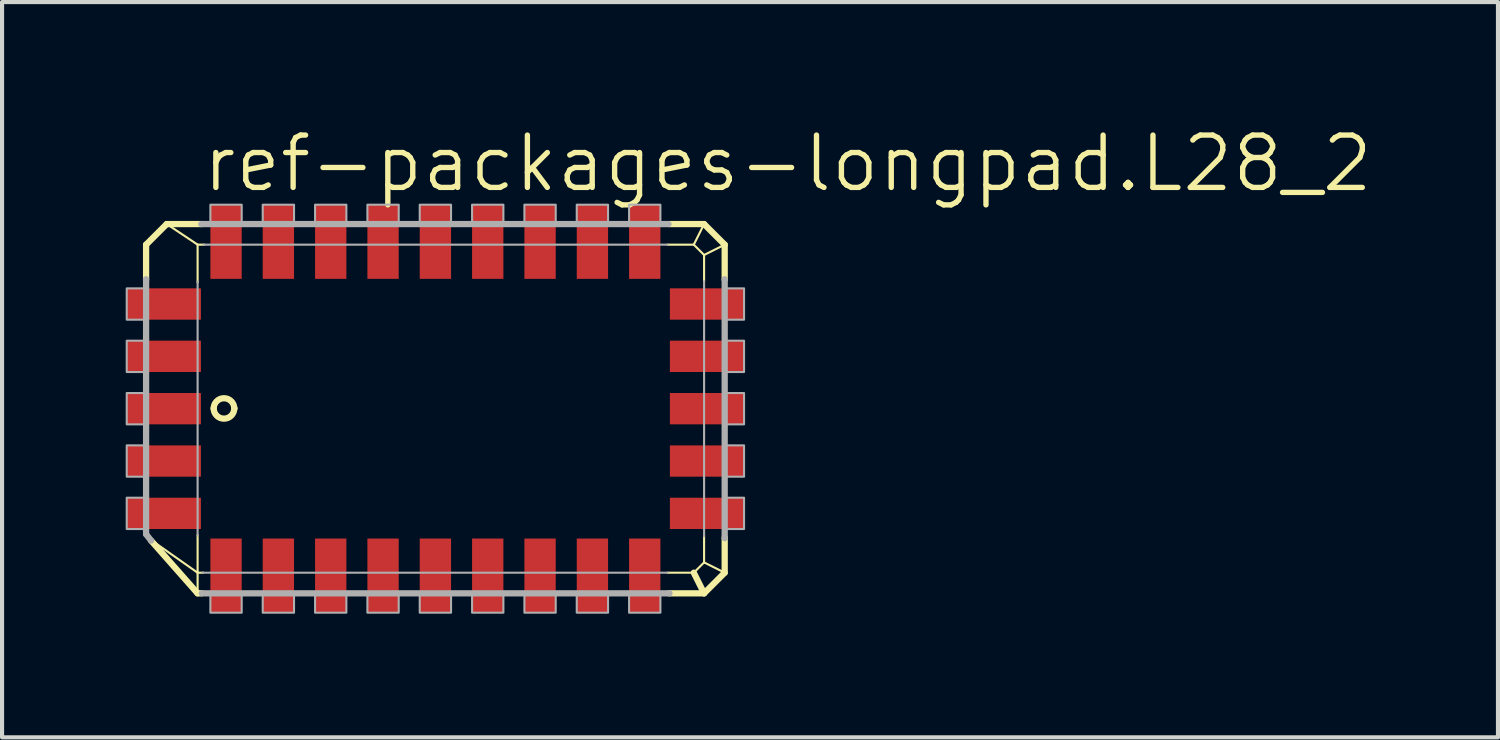
<source format=kicad_pcb>
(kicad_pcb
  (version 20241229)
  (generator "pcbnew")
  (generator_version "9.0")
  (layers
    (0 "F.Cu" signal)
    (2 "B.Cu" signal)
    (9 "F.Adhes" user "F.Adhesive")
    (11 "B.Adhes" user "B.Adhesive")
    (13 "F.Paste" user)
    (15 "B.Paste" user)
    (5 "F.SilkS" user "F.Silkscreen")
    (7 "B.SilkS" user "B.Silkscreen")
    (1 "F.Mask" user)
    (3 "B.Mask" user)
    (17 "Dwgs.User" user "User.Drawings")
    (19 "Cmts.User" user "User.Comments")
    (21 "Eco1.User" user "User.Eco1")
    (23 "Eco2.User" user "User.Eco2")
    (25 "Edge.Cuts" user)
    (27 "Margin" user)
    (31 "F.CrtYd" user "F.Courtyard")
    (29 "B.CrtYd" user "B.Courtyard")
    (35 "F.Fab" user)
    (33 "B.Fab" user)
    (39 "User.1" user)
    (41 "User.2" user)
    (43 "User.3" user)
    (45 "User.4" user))
  (footprint "ref-packages-longpad.L28_2"
    (layer "F.Cu")
    (at 7.515 6.867)
    (property "Reference" "ref-packages-longpad.L28_2" (at -5.715 -5.207 0) (layer "F.SilkS") (effects (font (size 1.27 1.27) (thickness 0.13)) (justify left bottom)))
    (attr smd)
    (fp_line (start -7.02 -3.98) (end -6.52 -4.48) (stroke (width 0.152) (type default)) (layer "F.SilkS"))
    (fp_line (start -7.02 -3.13) (end -7.02 -3.98) (stroke (width 0.152) (type default)) (layer "F.SilkS"))
    (fp_line (start -6.52 -4.48) (end -5.77 -3.98) (stroke (width 0.051) (type default)) (layer "F.SilkS"))
    (fp_line (start -6.52 -4.48) (end -5.67 -4.48) (stroke (width 0.152) (type default)) (layer "F.SilkS"))
    (fp_line (start -5.77 -3.98) (end -5.605 -3.98) (stroke (width 0.051) (type default)) (layer "F.SilkS"))
    (fp_line (start -5.77 -3.065) (end -5.77 -3.98) (stroke (width 0.051) (type default)) (layer "F.SilkS"))
    (fp_line (start -5.77 3.98) (end -6.915 3.176) (stroke (width 0.051) (type default)) (layer "F.SilkS"))
    (fp_line (start -5.77 3.98) (end -5.77 3.065) (stroke (width 0.051) (type default)) (layer "F.SilkS"))
    (fp_line (start -5.77 4.48) (end -6.9 3.2) (stroke (width 0.152) (type default)) (layer "F.SilkS"))
    (fp_line (start -5.77 4.48) (end -5.77 3.98) (stroke (width 0.051) (type default)) (layer "F.SilkS"))
    (fp_line (start -5.67 4.48) (end -5.77 4.48) (stroke (width 0.152) (type default)) (layer "F.SilkS"))
    (fp_line (start -5.63 3.98) (end -5.77 3.98) (stroke (width 0.051) (type default)) (layer "F.SilkS"))
    (fp_line (start 5.63 -3.98) (end 6.27 -3.98) (stroke (width 0.051) (type default)) (layer "F.SilkS"))
    (fp_line (start 5.67 -4.48) (end 6.52 -4.48) (stroke (width 0.152) (type default)) (layer "F.SilkS"))
    (fp_line (start 6.27 -3.98) (end 6.52 -4.48) (stroke (width 0.051) (type default)) (layer "F.SilkS"))
    (fp_line (start 6.27 -3.98) (end 6.52 -3.73) (stroke (width 0.051) (type default)) (layer "F.SilkS"))
    (fp_line (start 6.27 3.98) (end 5.63 3.98) (stroke (width 0.051) (type default)) (layer "F.SilkS"))
    (fp_line (start 6.52 -4.48) (end 7.02 -3.98) (stroke (width 0.152) (type default)) (layer "F.SilkS"))
    (fp_line (start 6.52 -3.73) (end 6.52 -3.09) (stroke (width 0.051) (type default)) (layer "F.SilkS"))
    (fp_line (start 6.52 -3.73) (end 7.02 -3.98) (stroke (width 0.051) (type default)) (layer "F.SilkS"))
    (fp_line (start 6.52 3.09) (end 6.52 3.73) (stroke (width 0.051) (type default)) (layer "F.SilkS"))
    (fp_line (start 6.52 3.73) (end 6.27 3.98) (stroke (width 0.051) (type default)) (layer "F.SilkS"))
    (fp_line (start 6.52 4.48) (end 5.67 4.48) (stroke (width 0.152) (type default)) (layer "F.SilkS"))
    (fp_line (start 6.52 4.48) (end 6.27 3.98) (stroke (width 0.152) (type default)) (layer "F.SilkS"))
    (fp_line (start 7.02 -3.98) (end 7.02 -3.13) (stroke (width 0.152) (type default)) (layer "F.SilkS"))
    (fp_line (start 7.02 3.13) (end 7.02 3.98) (stroke (width 0.152) (type default)) (layer "F.SilkS"))
    (fp_line (start 7.02 3.98) (end 6.52 3.73) (stroke (width 0.051) (type default)) (layer "F.SilkS"))
    (fp_line (start 7.02 3.98) (end 6.52 4.48) (stroke (width 0.152) (type default)) (layer "F.SilkS"))
    (fp_arc (start -5.38 -0.001) (mid -5.132964 -0.251018) (end -4.88 -0.007) (stroke (width 0.1524) (type default)) (layer "F.SilkS"))
    (fp_arc (start -4.88 -0.007) (mid -5.131 0.242) (end -5.38 -0.009) (stroke (width 0.1524) (type default)) (layer "F.SilkS"))
    (fp_arc (start -4.88 -0.007) (mid -4.879982 -0.004) (end -4.88 -0.001) (stroke (width 0.1524) (type default)) (layer "F.SilkS"))
    (fp_line (start -7.02 3.047) (end -7.02 -3.141) (stroke (width 0.152) (type default)) (layer "F.Fab"))
    (fp_line (start -6.9 3.2) (end -7.02 3.045) (stroke (width 0.152) (type default)) (layer "F.Fab"))
    (fp_line (start -5.77 3.078) (end -5.77 -3.085) (stroke (width 0.051) (type default)) (layer "F.Fab"))
    (fp_line (start -5.681 -4.48) (end 5.656 -4.48) (stroke (width 0.152) (type default)) (layer "F.Fab"))
    (fp_line (start -5.624 -3.98) (end 5.635 -3.98) (stroke (width 0.051) (type default)) (layer "F.Fab"))
    (fp_line (start 5.635 3.98) (end -5.656 3.98) (stroke (width 0.051) (type default)) (layer "F.Fab"))
    (fp_line (start 5.681 4.48) (end -5.668 4.48) (stroke (width 0.152) (type default)) (layer "F.Fab"))
    (fp_line (start 6.52 -3.095) (end 6.52 3.095) (stroke (width 0.051) (type default)) (layer "F.Fab"))
    (fp_line (start 7.02 -3.141) (end 7.02 3.141) (stroke (width 0.152) (type default)) (layer "F.Fab"))
    (fp_rect (start -7.49 -2.16) (end -7.02 -2.92) (stroke (width 0.05) (type default)) (fill no) (layer "F.Fab"))
    (fp_rect (start -7.49 -0.89) (end -7.02 -1.65) (stroke (width 0.05) (type default)) (fill no) (layer "F.Fab"))
    (fp_rect (start -7.49 0.38) (end -7.02 -0.38) (stroke (width 0.05) (type default)) (fill no) (layer "F.Fab"))
    (fp_rect (start -7.49 1.65) (end -7.02 0.89) (stroke (width 0.05) (type default)) (fill no) (layer "F.Fab"))
    (fp_rect (start -7.49 2.92) (end -7.02 2.16) (stroke (width 0.05) (type default)) (fill no) (layer "F.Fab"))
    (fp_rect (start -5.46 -4.48) (end -4.7 -4.95) (stroke (width 0.05) (type default)) (fill no) (layer "F.Fab"))
    (fp_rect (start -5.46 4.95) (end -4.7 4.48) (stroke (width 0.05) (type default)) (fill no) (layer "F.Fab"))
    (fp_rect (start -4.19 -4.48) (end -3.43 -4.95) (stroke (width 0.05) (type default)) (fill no) (layer "F.Fab"))
    (fp_rect (start -4.19 4.95) (end -3.43 4.48) (stroke (width 0.05) (type default)) (fill no) (layer "F.Fab"))
    (fp_rect (start -2.92 -4.48) (end -2.16 -4.95) (stroke (width 0.05) (type default)) (fill no) (layer "F.Fab"))
    (fp_rect (start -2.92 4.95) (end -2.16 4.48) (stroke (width 0.05) (type default)) (fill no) (layer "F.Fab"))
    (fp_rect (start -1.65 -4.48) (end -0.89 -4.95) (stroke (width 0.05) (type default)) (fill no) (layer "F.Fab"))
    (fp_rect (start -1.65 4.95) (end -0.89 4.48) (stroke (width 0.05) (type default)) (fill no) (layer "F.Fab"))
    (fp_rect (start -0.38 -4.48) (end 0.38 -4.95) (stroke (width 0.05) (type default)) (fill no) (layer "F.Fab"))
    (fp_rect (start -0.38 4.95) (end 0.38 4.48) (stroke (width 0.05) (type default)) (fill no) (layer "F.Fab"))
    (fp_rect (start 0.89 -4.48) (end 1.65 -4.95) (stroke (width 0.05) (type default)) (fill no) (layer "F.Fab"))
    (fp_rect (start 0.89 4.95) (end 1.65 4.48) (stroke (width 0.05) (type default)) (fill no) (layer "F.Fab"))
    (fp_rect (start 2.16 -4.48) (end 2.92 -4.95) (stroke (width 0.05) (type default)) (fill no) (layer "F.Fab"))
    (fp_rect (start 2.16 4.95) (end 2.92 4.48) (stroke (width 0.05) (type default)) (fill no) (layer "F.Fab"))
    (fp_rect (start 3.43 -4.48) (end 4.19 -4.95) (stroke (width 0.05) (type default)) (fill no) (layer "F.Fab"))
    (fp_rect (start 3.43 4.95) (end 4.19 4.48) (stroke (width 0.05) (type default)) (fill no) (layer "F.Fab"))
    (fp_rect (start 4.7 -4.48) (end 5.46 -4.95) (stroke (width 0.05) (type default)) (fill no) (layer "F.Fab"))
    (fp_rect (start 4.7 4.95) (end 5.46 4.48) (stroke (width 0.05) (type default)) (fill no) (layer "F.Fab"))
    (fp_rect (start 7.02 -2.16) (end 7.49 -2.92) (stroke (width 0.05) (type default)) (fill no) (layer "F.Fab"))
    (fp_rect (start 7.02 -0.89) (end 7.49 -1.65) (stroke (width 0.05) (type default)) (fill no) (layer "F.Fab"))
    (fp_rect (start 7.02 0.38) (end 7.49 -0.38) (stroke (width 0.05) (type default)) (fill no) (layer "F.Fab"))
    (fp_rect (start 7.02 1.65) (end 7.49 0.89) (stroke (width 0.05) (type default)) (fill no) (layer "F.Fab"))
    (fp_rect (start 7.02 2.92) (end 7.49 2.16) (stroke (width 0.05) (type default)) (fill no) (layer "F.Fab"))
    (pad "1" smd roundrect (at -6.59 0) (size 1.8 0.76) (layers "F.Cu" "F.Mask" "F.Paste") (roundrect_rratio 0.01))
    (pad "2" smd roundrect (at -6.59 1.27) (size 1.8 0.76) (layers "F.Cu" "F.Mask" "F.Paste") (roundrect_rratio 0.01))
    (pad "3" smd roundrect (at -6.59 2.54) (size 1.8 0.76) (layers "F.Cu" "F.Mask" "F.Paste") (roundrect_rratio 0.01))
    (pad "4" smd roundrect (at -5.08 4.05) (size 0.76 1.8) (layers "F.Cu" "F.Mask" "F.Paste") (roundrect_rratio 0.01))
    (pad "5" smd roundrect (at -3.81 4.05) (size 0.76 1.8) (layers "F.Cu" "F.Mask" "F.Paste") (roundrect_rratio 0.01))
    (pad "6" smd roundrect (at -2.54 4.05) (size 0.76 1.8) (layers "F.Cu" "F.Mask" "F.Paste") (roundrect_rratio 0.01))
    (pad "7" smd roundrect (at -1.27 4.05) (size 0.76 1.8) (layers "F.Cu" "F.Mask" "F.Paste") (roundrect_rratio 0.01))
    (pad "8" smd roundrect (at 0 4.05) (size 0.76 1.8) (layers "F.Cu" "F.Mask" "F.Paste") (roundrect_rratio 0.01))
    (pad "9" smd roundrect (at 1.27 4.05) (size 0.76 1.8) (layers "F.Cu" "F.Mask" "F.Paste") (roundrect_rratio 0.01))
    (pad "10" smd roundrect (at 2.54 4.05) (size 0.76 1.8) (layers "F.Cu" "F.Mask" "F.Paste") (roundrect_rratio 0.01))
    (pad "11" smd roundrect (at 3.81 4.05) (size 0.76 1.8) (layers "F.Cu" "F.Mask" "F.Paste") (roundrect_rratio 0.01))
    (pad "12" smd roundrect (at 5.08 4.05) (size 0.76 1.8) (layers "F.Cu" "F.Mask" "F.Paste") (roundrect_rratio 0.01))
    (pad "13" smd roundrect (at 6.59 2.54) (size 1.8 0.76) (layers "F.Cu" "F.Mask" "F.Paste") (roundrect_rratio 0.01))
    (pad "14" smd roundrect (at 6.59 1.27) (size 1.8 0.76) (layers "F.Cu" "F.Mask" "F.Paste") (roundrect_rratio 0.01))
    (pad "15" smd roundrect (at 6.59 0) (size 1.8 0.76) (layers "F.Cu" "F.Mask" "F.Paste") (roundrect_rratio 0.01))
    (pad "16" smd roundrect (at 6.59 -1.27) (size 1.8 0.76) (layers "F.Cu" "F.Mask" "F.Paste") (roundrect_rratio 0.01))
    (pad "17" smd roundrect (at 6.59 -2.54) (size 1.8 0.76) (layers "F.Cu" "F.Mask" "F.Paste") (roundrect_rratio 0.01))
    (pad "18" smd roundrect (at 5.08 -4.05) (size 0.76 1.8) (layers "F.Cu" "F.Mask" "F.Paste") (roundrect_rratio 0.01))
    (pad "19" smd roundrect (at 3.81 -4.05) (size 0.76 1.8) (layers "F.Cu" "F.Mask" "F.Paste") (roundrect_rratio 0.01))
    (pad "20" smd roundrect (at 2.54 -4.05) (size 0.76 1.8) (layers "F.Cu" "F.Mask" "F.Paste") (roundrect_rratio 0.01))
    (pad "21" smd roundrect (at 1.27 -4.05) (size 0.76 1.8) (layers "F.Cu" "F.Mask" "F.Paste") (roundrect_rratio 0.01))
    (pad "22" smd roundrect (at 0 -4.05) (size 0.76 1.8) (layers "F.Cu" "F.Mask" "F.Paste") (roundrect_rratio 0.01))
    (pad "23" smd roundrect (at -1.27 -4.05) (size 0.76 1.8) (layers "F.Cu" "F.Mask" "F.Paste") (roundrect_rratio 0.01))
    (pad "24" smd roundrect (at -2.54 -4.05) (size 0.76 1.8) (layers "F.Cu" "F.Mask" "F.Paste") (roundrect_rratio 0.01))
    (pad "25" smd roundrect (at -3.81 -4.05) (size 0.76 1.8) (layers "F.Cu" "F.Mask" "F.Paste") (roundrect_rratio 0.01))
    (pad "26" smd roundrect (at -5.08 -4.05) (size 0.76 1.8) (layers "F.Cu" "F.Mask" "F.Paste") (roundrect_rratio 0.01))
    (pad "27" smd roundrect (at -6.59 -2.54) (size 1.8 0.76) (layers "F.Cu" "F.Mask" "F.Paste") (roundrect_rratio 0.01))
    (pad "28" smd roundrect (at -6.59 -1.27) (size 1.8 0.76) (layers "F.Cu" "F.Mask" "F.Paste") (roundrect_rratio 0.01)))
  (gr_rect
    (start -3 -3)
    (end 33.299 14.842)
    (stroke (width 0.1) (type default))
    (fill no)
    (layer "Edge.Cuts")))
</source>
